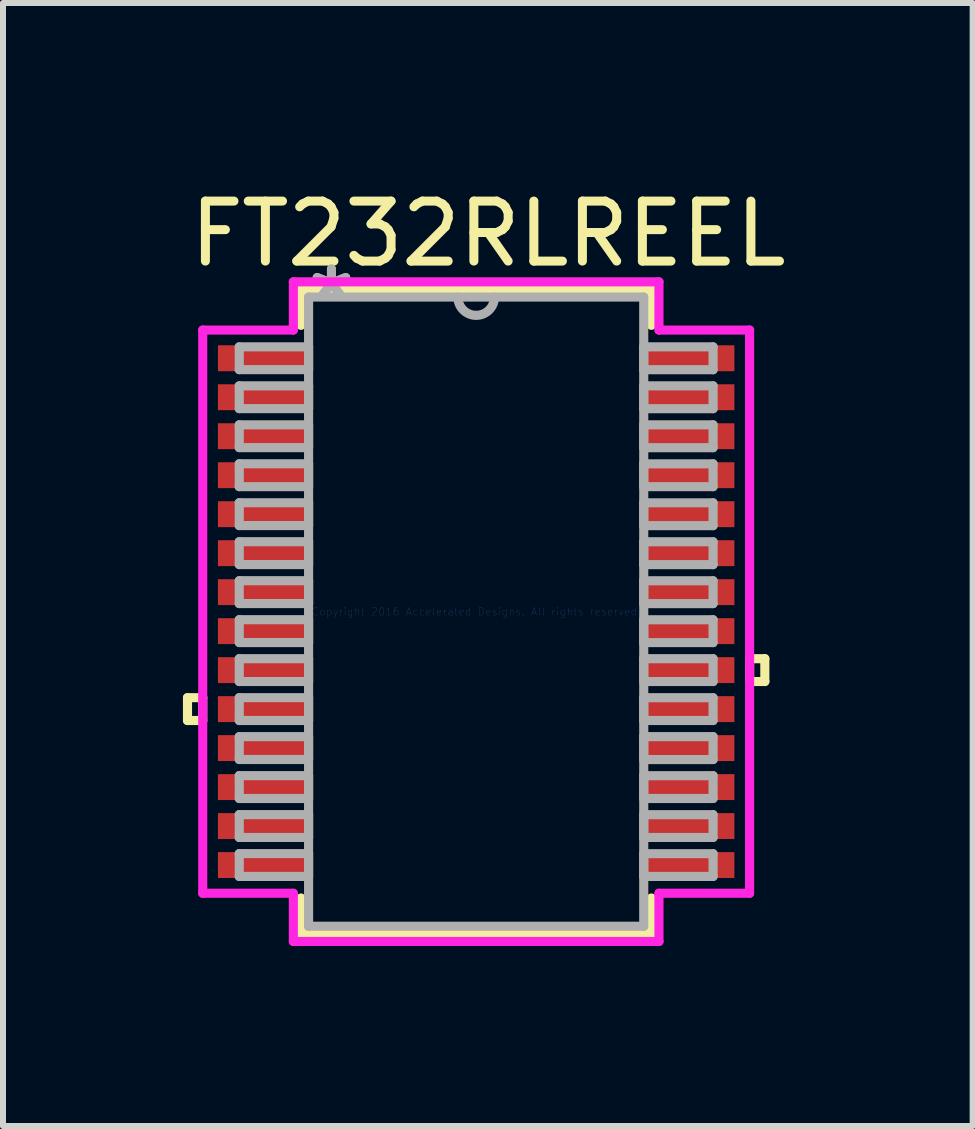
<source format=kicad_pcb>
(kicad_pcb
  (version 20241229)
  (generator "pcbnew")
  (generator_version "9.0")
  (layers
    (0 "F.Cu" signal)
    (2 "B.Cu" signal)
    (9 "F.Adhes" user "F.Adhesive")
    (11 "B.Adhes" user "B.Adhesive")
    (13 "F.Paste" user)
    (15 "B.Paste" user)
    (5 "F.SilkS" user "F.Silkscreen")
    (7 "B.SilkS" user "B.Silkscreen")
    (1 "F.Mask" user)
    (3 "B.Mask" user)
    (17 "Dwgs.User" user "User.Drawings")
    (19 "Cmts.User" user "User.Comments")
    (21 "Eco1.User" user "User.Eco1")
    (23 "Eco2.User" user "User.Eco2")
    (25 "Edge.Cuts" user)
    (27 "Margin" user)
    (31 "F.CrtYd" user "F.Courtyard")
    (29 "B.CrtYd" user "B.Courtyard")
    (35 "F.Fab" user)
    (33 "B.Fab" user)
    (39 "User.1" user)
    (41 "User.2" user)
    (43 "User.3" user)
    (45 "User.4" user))
  (footprint "FT232RLREEL"
    (layer "F.Cu")
    (at 4.889 7.148)
    (property "Reference" "FT232RLREEL" (at 0.2 -6.3 0) (layer "F.SilkS") (effects (font (size 1 1) (thickness 0.15))))
    (attr through_hole)
    (fp_line (start -4.813 1.434) (end -4.813 1.815) (stroke (width 0.152) (type solid)) (layer "F.SilkS"))
    (fp_line (start -4.813 1.815) (end -4.559 1.815) (stroke (width 0.152) (type solid)) (layer "F.SilkS"))
    (fp_line (start -4.559 1.434) (end -4.813 1.434) (stroke (width 0.152) (type solid)) (layer "F.SilkS"))
    (fp_line (start -4.559 1.815) (end -4.559 1.434) (stroke (width 0.152) (type solid)) (layer "F.SilkS"))
    (fp_line (start -2.921 -5.372) (end -2.921 -4.774) (stroke (width 0.152) (type solid)) (layer "F.SilkS"))
    (fp_line (start -2.921 4.774) (end -2.921 5.372) (stroke (width 0.152) (type solid)) (layer "F.SilkS"))
    (fp_line (start -2.921 5.372) (end 2.921 5.372) (stroke (width 0.152) (type solid)) (layer "F.SilkS"))
    (fp_line (start 2.921 -5.372) (end -2.921 -5.372) (stroke (width 0.152) (type solid)) (layer "F.SilkS"))
    (fp_line (start 2.921 -4.774) (end 2.921 -5.372) (stroke (width 0.152) (type solid)) (layer "F.SilkS"))
    (fp_line (start 2.921 5.372) (end 2.921 4.774) (stroke (width 0.152) (type solid)) (layer "F.SilkS"))
    (fp_line (start 4.559 0.784) (end 4.813 0.784) (stroke (width 0.152) (type solid)) (layer "F.SilkS"))
    (fp_line (start 4.559 1.165) (end 4.559 0.784) (stroke (width 0.152) (type solid)) (layer "F.SilkS"))
    (fp_line (start 4.813 0.784) (end 4.813 1.165) (stroke (width 0.152) (type solid)) (layer "F.SilkS"))
    (fp_line (start 4.813 1.165) (end 4.559 1.165) (stroke (width 0.152) (type solid)) (layer "F.SilkS"))
    (fp_line (start -4.559 -4.695) (end -3.048 -4.695) (stroke (width 0.152) (type solid)) (layer "F.CrtYd"))
    (fp_line (start -4.559 4.695) (end -4.559 -4.695) (stroke (width 0.152) (type solid)) (layer "F.CrtYd"))
    (fp_line (start -3.048 -5.499) (end 3.048 -5.499) (stroke (width 0.152) (type solid)) (layer "F.CrtYd"))
    (fp_line (start -3.048 -4.695) (end -3.048 -5.499) (stroke (width 0.152) (type solid)) (layer "F.CrtYd"))
    (fp_line (start -3.048 4.695) (end -4.559 4.695) (stroke (width 0.152) (type solid)) (layer "F.CrtYd"))
    (fp_line (start -3.048 5.499) (end -3.048 4.695) (stroke (width 0.152) (type solid)) (layer "F.CrtYd"))
    (fp_line (start 3.048 -5.499) (end 3.048 -4.695) (stroke (width 0.152) (type solid)) (layer "F.CrtYd"))
    (fp_line (start 3.048 -4.695) (end 4.559 -4.695) (stroke (width 0.152) (type solid)) (layer "F.CrtYd"))
    (fp_line (start 3.048 4.695) (end 3.048 5.499) (stroke (width 0.152) (type solid)) (layer "F.CrtYd"))
    (fp_line (start 3.048 5.499) (end -3.048 5.499) (stroke (width 0.152) (type solid)) (layer "F.CrtYd"))
    (fp_line (start 4.559 -4.695) (end 4.559 4.695) (stroke (width 0.152) (type solid)) (layer "F.CrtYd"))
    (fp_line (start 4.559 4.695) (end 3.048 4.695) (stroke (width 0.152) (type solid)) (layer "F.CrtYd"))
    (fp_line (start -3.95 -4.415) (end -3.95 -4.035) (stroke (width 0.152) (type solid)) (layer "F.Fab"))
    (fp_line (start -3.95 -4.035) (end -2.794 -4.035) (stroke (width 0.152) (type solid)) (layer "F.Fab"))
    (fp_line (start -3.95 -3.765) (end -3.95 -3.385) (stroke (width 0.152) (type solid)) (layer "F.Fab"))
    (fp_line (start -3.95 -3.385) (end -2.794 -3.385) (stroke (width 0.152) (type solid)) (layer "F.Fab"))
    (fp_line (start -3.95 -3.115) (end -3.95 -2.735) (stroke (width 0.152) (type solid)) (layer "F.Fab"))
    (fp_line (start -3.95 -2.735) (end -2.794 -2.735) (stroke (width 0.152) (type solid)) (layer "F.Fab"))
    (fp_line (start -3.95 -2.466) (end -3.95 -2.084) (stroke (width 0.152) (type solid)) (layer "F.Fab"))
    (fp_line (start -3.95 -2.084) (end -2.794 -2.084) (stroke (width 0.152) (type solid)) (layer "F.Fab"))
    (fp_line (start -3.95 -1.816) (end -3.95 -1.435) (stroke (width 0.152) (type solid)) (layer "F.Fab"))
    (fp_line (start -3.95 -1.435) (end -2.794 -1.435) (stroke (width 0.152) (type solid)) (layer "F.Fab"))
    (fp_line (start -3.95 -1.166) (end -3.95 -0.785) (stroke (width 0.152) (type solid)) (layer "F.Fab"))
    (fp_line (start -3.95 -0.785) (end -2.794 -0.785) (stroke (width 0.152) (type solid)) (layer "F.Fab"))
    (fp_line (start -3.95 -0.516) (end -3.95 -0.135) (stroke (width 0.152) (type solid)) (layer "F.Fab"))
    (fp_line (start -3.95 -0.135) (end -2.794 -0.135) (stroke (width 0.152) (type solid)) (layer "F.Fab"))
    (fp_line (start -3.95 0.134) (end -3.95 0.515) (stroke (width 0.152) (type solid)) (layer "F.Fab"))
    (fp_line (start -3.95 0.515) (end -2.794 0.515) (stroke (width 0.152) (type solid)) (layer "F.Fab"))
    (fp_line (start -3.95 0.784) (end -3.95 1.165) (stroke (width 0.152) (type solid)) (layer "F.Fab"))
    (fp_line (start -3.95 1.165) (end -2.794 1.165) (stroke (width 0.152) (type solid)) (layer "F.Fab"))
    (fp_line (start -3.95 1.434) (end -3.95 1.815) (stroke (width 0.152) (type solid)) (layer "F.Fab"))
    (fp_line (start -3.95 1.815) (end -2.794 1.815) (stroke (width 0.152) (type solid)) (layer "F.Fab"))
    (fp_line (start -3.95 2.084) (end -3.95 2.465) (stroke (width 0.152) (type solid)) (layer "F.Fab"))
    (fp_line (start -3.95 2.465) (end -2.794 2.465) (stroke (width 0.152) (type solid)) (layer "F.Fab"))
    (fp_line (start -3.95 2.734) (end -3.95 3.115) (stroke (width 0.152) (type solid)) (layer "F.Fab"))
    (fp_line (start -3.95 3.115) (end -2.794 3.115) (stroke (width 0.152) (type solid)) (layer "F.Fab"))
    (fp_line (start -3.95 3.384) (end -3.95 3.765) (stroke (width 0.152) (type solid)) (layer "F.Fab"))
    (fp_line (start -3.95 3.765) (end -2.794 3.765) (stroke (width 0.152) (type solid)) (layer "F.Fab"))
    (fp_line (start -3.95 4.034) (end -3.95 4.415) (stroke (width 0.152) (type solid)) (layer "F.Fab"))
    (fp_line (start -3.95 4.415) (end -2.794 4.415) (stroke (width 0.152) (type solid)) (layer "F.Fab"))
    (fp_line (start -2.794 -5.245) (end -2.794 5.245) (stroke (width 0.152) (type solid)) (layer "F.Fab"))
    (fp_line (start -2.794 -4.415) (end -3.95 -4.415) (stroke (width 0.152) (type solid)) (layer "F.Fab"))
    (fp_line (start -2.794 -4.035) (end -2.794 -4.415) (stroke (width 0.152) (type solid)) (layer "F.Fab"))
    (fp_line (start -2.794 -3.765) (end -3.95 -3.765) (stroke (width 0.152) (type solid)) (layer "F.Fab"))
    (fp_line (start -2.794 -3.385) (end -2.794 -3.765) (stroke (width 0.152) (type solid)) (layer "F.Fab"))
    (fp_line (start -2.794 -3.115) (end -3.95 -3.115) (stroke (width 0.152) (type solid)) (layer "F.Fab"))
    (fp_line (start -2.794 -2.735) (end -2.794 -3.115) (stroke (width 0.152) (type solid)) (layer "F.Fab"))
    (fp_line (start -2.794 -2.466) (end -3.95 -2.466) (stroke (width 0.152) (type solid)) (layer "F.Fab"))
    (fp_line (start -2.794 -2.084) (end -2.794 -2.466) (stroke (width 0.152) (type solid)) (layer "F.Fab"))
    (fp_line (start -2.794 -1.816) (end -3.95 -1.816) (stroke (width 0.152) (type solid)) (layer "F.Fab"))
    (fp_line (start -2.794 -1.435) (end -2.794 -1.816) (stroke (width 0.152) (type solid)) (layer "F.Fab"))
    (fp_line (start -2.794 -1.166) (end -3.95 -1.166) (stroke (width 0.152) (type solid)) (layer "F.Fab"))
    (fp_line (start -2.794 -0.785) (end -2.794 -1.166) (stroke (width 0.152) (type solid)) (layer "F.Fab"))
    (fp_line (start -2.794 -0.516) (end -3.95 -0.516) (stroke (width 0.152) (type solid)) (layer "F.Fab"))
    (fp_line (start -2.794 -0.135) (end -2.794 -0.516) (stroke (width 0.152) (type solid)) (layer "F.Fab"))
    (fp_line (start -2.794 0.134) (end -3.95 0.134) (stroke (width 0.152) (type solid)) (layer "F.Fab"))
    (fp_line (start -2.794 0.515) (end -2.794 0.134) (stroke (width 0.152) (type solid)) (layer "F.Fab"))
    (fp_line (start -2.794 0.784) (end -3.95 0.784) (stroke (width 0.152) (type solid)) (layer "F.Fab"))
    (fp_line (start -2.794 1.165) (end -2.794 0.784) (stroke (width 0.152) (type solid)) (layer "F.Fab"))
    (fp_line (start -2.794 1.434) (end -3.95 1.434) (stroke (width 0.152) (type solid)) (layer "F.Fab"))
    (fp_line (start -2.794 1.815) (end -2.794 1.434) (stroke (width 0.152) (type solid)) (layer "F.Fab"))
    (fp_line (start -2.794 2.084) (end -3.95 2.084) (stroke (width 0.152) (type solid)) (layer "F.Fab"))
    (fp_line (start -2.794 2.465) (end -2.794 2.084) (stroke (width 0.152) (type solid)) (layer "F.Fab"))
    (fp_line (start -2.794 2.734) (end -3.95 2.734) (stroke (width 0.152) (type solid)) (layer "F.Fab"))
    (fp_line (start -2.794 3.115) (end -2.794 2.734) (stroke (width 0.152) (type solid)) (layer "F.Fab"))
    (fp_line (start -2.794 3.384) (end -3.95 3.384) (stroke (width 0.152) (type solid)) (layer "F.Fab"))
    (fp_line (start -2.794 3.765) (end -2.794 3.384) (stroke (width 0.152) (type solid)) (layer "F.Fab"))
    (fp_line (start -2.794 4.034) (end -3.95 4.034) (stroke (width 0.152) (type solid)) (layer "F.Fab"))
    (fp_line (start -2.794 4.415) (end -2.794 4.034) (stroke (width 0.152) (type solid)) (layer "F.Fab"))
    (fp_line (start -2.794 5.245) (end 2.794 5.245) (stroke (width 0.152) (type solid)) (layer "F.Fab"))
    (fp_line (start 2.794 -5.245) (end -2.794 -5.245) (stroke (width 0.152) (type solid)) (layer "F.Fab"))
    (fp_line (start 2.794 -4.415) (end 2.794 -4.034) (stroke (width 0.152) (type solid)) (layer "F.Fab"))
    (fp_line (start 2.794 -4.034) (end 3.95 -4.034) (stroke (width 0.152) (type solid)) (layer "F.Fab"))
    (fp_line (start 2.794 -3.765) (end 2.794 -3.384) (stroke (width 0.152) (type solid)) (layer "F.Fab"))
    (fp_line (start 2.794 -3.384) (end 3.95 -3.384) (stroke (width 0.152) (type solid)) (layer "F.Fab"))
    (fp_line (start 2.794 -3.115) (end 2.794 -2.734) (stroke (width 0.152) (type solid)) (layer "F.Fab"))
    (fp_line (start 2.794 -2.734) (end 3.95 -2.734) (stroke (width 0.152) (type solid)) (layer "F.Fab"))
    (fp_line (start 2.794 -2.465) (end 2.794 -2.084) (stroke (width 0.152) (type solid)) (layer "F.Fab"))
    (fp_line (start 2.794 -2.084) (end 3.95 -2.084) (stroke (width 0.152) (type solid)) (layer "F.Fab"))
    (fp_line (start 2.794 -1.815) (end 2.794 -1.434) (stroke (width 0.152) (type solid)) (layer "F.Fab"))
    (fp_line (start 2.794 -1.434) (end 3.95 -1.434) (stroke (width 0.152) (type solid)) (layer "F.Fab"))
    (fp_line (start 2.794 -1.165) (end 2.794 -0.784) (stroke (width 0.152) (type solid)) (layer "F.Fab"))
    (fp_line (start 2.794 -0.784) (end 3.95 -0.784) (stroke (width 0.152) (type solid)) (layer "F.Fab"))
    (fp_line (start 2.794 -0.515) (end 2.794 -0.134) (stroke (width 0.152) (type solid)) (layer "F.Fab"))
    (fp_line (start 2.794 -0.134) (end 3.95 -0.134) (stroke (width 0.152) (type solid)) (layer "F.Fab"))
    (fp_line (start 2.794 0.135) (end 2.794 0.516) (stroke (width 0.152) (type solid)) (layer "F.Fab"))
    (fp_line (start 2.794 0.516) (end 3.95 0.516) (stroke (width 0.152) (type solid)) (layer "F.Fab"))
    (fp_line (start 2.794 0.784) (end 2.794 1.165) (stroke (width 0.152) (type solid)) (layer "F.Fab"))
    (fp_line (start 2.794 1.165) (end 3.95 1.165) (stroke (width 0.152) (type solid)) (layer "F.Fab"))
    (fp_line (start 2.794 1.435) (end 2.794 1.815) (stroke (width 0.152) (type solid)) (layer "F.Fab"))
    (fp_line (start 2.794 1.815) (end 3.95 1.815) (stroke (width 0.152) (type solid)) (layer "F.Fab"))
    (fp_line (start 2.794 2.084) (end 2.794 2.466) (stroke (width 0.152) (type solid)) (layer "F.Fab"))
    (fp_line (start 2.794 2.466) (end 3.95 2.466) (stroke (width 0.152) (type solid)) (layer "F.Fab"))
    (fp_line (start 2.794 2.735) (end 2.794 3.115) (stroke (width 0.152) (type solid)) (layer "F.Fab"))
    (fp_line (start 2.794 3.115) (end 3.95 3.115) (stroke (width 0.152) (type solid)) (layer "F.Fab"))
    (fp_line (start 2.794 3.385) (end 2.794 3.765) (stroke (width 0.152) (type solid)) (layer "F.Fab"))
    (fp_line (start 2.794 3.765) (end 3.95 3.765) (stroke (width 0.152) (type solid)) (layer "F.Fab"))
    (fp_line (start 2.794 4.035) (end 2.794 4.415) (stroke (width 0.152) (type solid)) (layer "F.Fab"))
    (fp_line (start 2.794 4.415) (end 3.95 4.415) (stroke (width 0.152) (type solid)) (layer "F.Fab"))
    (fp_line (start 2.794 5.245) (end 2.794 -5.245) (stroke (width 0.152) (type solid)) (layer "F.Fab"))
    (fp_line (start 3.95 -4.415) (end 2.794 -4.415) (stroke (width 0.152) (type solid)) (layer "F.Fab"))
    (fp_line (start 3.95 -4.034) (end 3.95 -4.415) (stroke (width 0.152) (type solid)) (layer "F.Fab"))
    (fp_line (start 3.95 -3.765) (end 2.794 -3.765) (stroke (width 0.152) (type solid)) (layer "F.Fab"))
    (fp_line (start 3.95 -3.384) (end 3.95 -3.765) (stroke (width 0.152) (type solid)) (layer "F.Fab"))
    (fp_line (start 3.95 -3.115) (end 2.794 -3.115) (stroke (width 0.152) (type solid)) (layer "F.Fab"))
    (fp_line (start 3.95 -2.734) (end 3.95 -3.115) (stroke (width 0.152) (type solid)) (layer "F.Fab"))
    (fp_line (start 3.95 -2.465) (end 2.794 -2.465) (stroke (width 0.152) (type solid)) (layer "F.Fab"))
    (fp_line (start 3.95 -2.084) (end 3.95 -2.465) (stroke (width 0.152) (type solid)) (layer "F.Fab"))
    (fp_line (start 3.95 -1.815) (end 2.794 -1.815) (stroke (width 0.152) (type solid)) (layer "F.Fab"))
    (fp_line (start 3.95 -1.434) (end 3.95 -1.815) (stroke (width 0.152) (type solid)) (layer "F.Fab"))
    (fp_line (start 3.95 -1.165) (end 2.794 -1.165) (stroke (width 0.152) (type solid)) (layer "F.Fab"))
    (fp_line (start 3.95 -0.784) (end 3.95 -1.165) (stroke (width 0.152) (type solid)) (layer "F.Fab"))
    (fp_line (start 3.95 -0.515) (end 2.794 -0.515) (stroke (width 0.152) (type solid)) (layer "F.Fab"))
    (fp_line (start 3.95 -0.134) (end 3.95 -0.515) (stroke (width 0.152) (type solid)) (layer "F.Fab"))
    (fp_line (start 3.95 0.135) (end 2.794 0.135) (stroke (width 0.152) (type solid)) (layer "F.Fab"))
    (fp_line (start 3.95 0.516) (end 3.95 0.135) (stroke (width 0.152) (type solid)) (layer "F.Fab"))
    (fp_line (start 3.95 0.784) (end 2.794 0.784) (stroke (width 0.152) (type solid)) (layer "F.Fab"))
    (fp_line (start 3.95 1.165) (end 3.95 0.784) (stroke (width 0.152) (type solid)) (layer "F.Fab"))
    (fp_line (start 3.95 1.435) (end 2.794 1.435) (stroke (width 0.152) (type solid)) (layer "F.Fab"))
    (fp_line (start 3.95 1.815) (end 3.95 1.435) (stroke (width 0.152) (type solid)) (layer "F.Fab"))
    (fp_line (start 3.95 2.084) (end 2.794 2.084) (stroke (width 0.152) (type solid)) (layer "F.Fab"))
    (fp_line (start 3.95 2.466) (end 3.95 2.084) (stroke (width 0.152) (type solid)) (layer "F.Fab"))
    (fp_line (start 3.95 2.735) (end 2.794 2.735) (stroke (width 0.152) (type solid)) (layer "F.Fab"))
    (fp_line (start 3.95 3.115) (end 3.95 2.735) (stroke (width 0.152) (type solid)) (layer "F.Fab"))
    (fp_line (start 3.95 3.385) (end 2.794 3.385) (stroke (width 0.152) (type solid)) (layer "F.Fab"))
    (fp_line (start 3.95 3.765) (end 3.95 3.385) (stroke (width 0.152) (type solid)) (layer "F.Fab"))
    (fp_line (start 3.95 4.035) (end 2.794 4.035) (stroke (width 0.152) (type solid)) (layer "F.Fab"))
    (fp_line (start 3.95 4.415) (end 3.95 4.035) (stroke (width 0.152) (type solid)) (layer "F.Fab"))
    (fp_arc (start 0.3048 -5.2451) (mid 0 -4.9403) (end -0.3048 -5.2451) (stroke (width 0.1524) (type solid)) (layer "F.Fab"))
    (fp_text user "Copyright 2016 Accelerated Designs. All rights reserved." (at 0 0 0) (layer "Cmts.User") (effects (font (size 0.127 0.127) (thickness 0.002))))
    (fp_text user "*" (at -2.413 -5.169 0) (layer "F.Fab") (effects (font (size 1 1) (thickness 0.15))))
    (fp_text user "*" (at -2.413 -5.169 0) (layer "F.Fab") (effects (font (size 1 1) (thickness 0.15))))
    (pad "1" smd rect (at -3.55 -4.225) (size 1.511 0.432) (layers "F.Cu" "F.Mask" "F.Paste"))
    (pad "2" smd rect (at -3.55 -3.575) (size 1.511 0.432) (layers "F.Cu" "F.Mask" "F.Paste"))
    (pad "3" smd rect (at -3.55 -2.925) (size 1.511 0.432) (layers "F.Cu" "F.Mask" "F.Paste"))
    (pad "4" smd rect (at -3.55 -2.275) (size 1.511 0.432) (layers "F.Cu" "F.Mask" "F.Paste"))
    (pad "5" smd rect (at -3.55 -1.625) (size 1.511 0.432) (layers "F.Cu" "F.Mask" "F.Paste"))
    (pad "6" smd rect (at -3.55 -0.975) (size 1.511 0.432) (layers "F.Cu" "F.Mask" "F.Paste"))
    (pad "7" smd rect (at -3.55 -0.325) (size 1.511 0.432) (layers "F.Cu" "F.Mask" "F.Paste"))
    (pad "8" smd rect (at -3.55 0.325) (size 1.511 0.432) (layers "F.Cu" "F.Mask" "F.Paste"))
    (pad "9" smd rect (at -3.55 0.975) (size 1.511 0.432) (layers "F.Cu" "F.Mask" "F.Paste"))
    (pad "10" smd rect (at -3.55 1.625) (size 1.511 0.432) (layers "F.Cu" "F.Mask" "F.Paste"))
    (pad "11" smd rect (at -3.55 2.275) (size 1.511 0.432) (layers "F.Cu" "F.Mask" "F.Paste"))
    (pad "12" smd rect (at -3.55 2.925) (size 1.511 0.432) (layers "F.Cu" "F.Mask" "F.Paste"))
    (pad "13" smd rect (at -3.55 3.575) (size 1.511 0.432) (layers "F.Cu" "F.Mask" "F.Paste"))
    (pad "14" smd rect (at -3.55 4.225) (size 1.511 0.432) (layers "F.Cu" "F.Mask" "F.Paste"))
    (pad "15" smd rect (at 3.55 4.225) (size 1.511 0.432) (layers "F.Cu" "F.Mask" "F.Paste"))
    (pad "16" smd rect (at 3.55 3.575) (size 1.511 0.432) (layers "F.Cu" "F.Mask" "F.Paste"))
    (pad "17" smd rect (at 3.55 2.925) (size 1.511 0.432) (layers "F.Cu" "F.Mask" "F.Paste"))
    (pad "18" smd rect (at 3.55 2.275) (size 1.511 0.432) (layers "F.Cu" "F.Mask" "F.Paste"))
    (pad "19" smd rect (at 3.55 1.625) (size 1.511 0.432) (layers "F.Cu" "F.Mask" "F.Paste"))
    (pad "20" smd rect (at 3.55 0.975) (size 1.511 0.432) (layers "F.Cu" "F.Mask" "F.Paste"))
    (pad "21" smd rect (at 3.55 0.325) (size 1.511 0.432) (layers "F.Cu" "F.Mask" "F.Paste"))
    (pad "22" smd rect (at 3.55 -0.325) (size 1.511 0.432) (layers "F.Cu" "F.Mask" "F.Paste"))
    (pad "23" smd rect (at 3.55 -0.975) (size 1.511 0.432) (layers "F.Cu" "F.Mask" "F.Paste"))
    (pad "24" smd rect (at 3.55 -1.625) (size 1.511 0.432) (layers "F.Cu" "F.Mask" "F.Paste"))
    (pad "25" smd rect (at 3.55 -2.275) (size 1.511 0.432) (layers "F.Cu" "F.Mask" "F.Paste"))
    (pad "26" smd rect (at 3.55 -2.925) (size 1.511 0.432) (layers "F.Cu" "F.Mask" "F.Paste"))
    (pad "27" smd rect (at 3.55 -3.575) (size 1.511 0.432) (layers "F.Cu" "F.Mask" "F.Paste"))
    (pad "28" smd rect (at 3.55 -4.225) (size 1.511 0.432) (layers "F.Cu" "F.Mask" "F.Paste")))
  (gr_rect
    (start -3 -3)
    (end 13.167 15.724)
    (stroke (width 0.1) (type default))
    (fill no)
    (layer "Edge.Cuts")))
</source>
